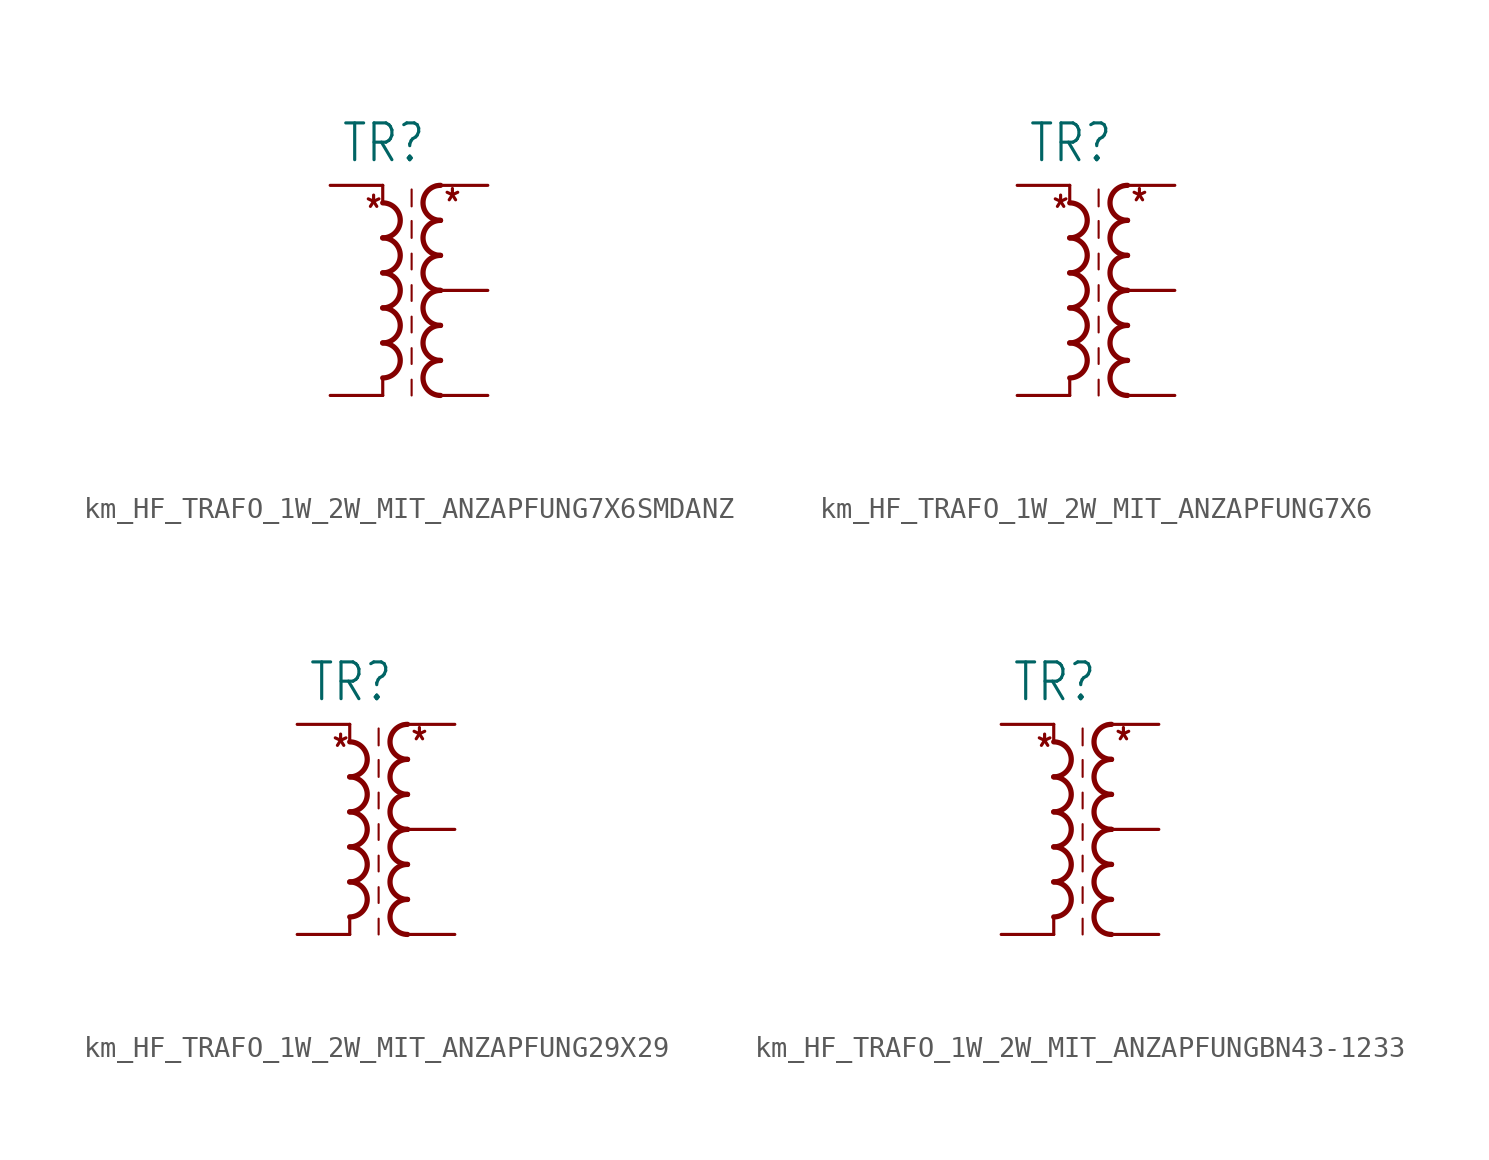
<source format=kicad_sym>
(kicad_symbol_lib
  (version 20231120)
  (generator "kicad_symbol_editor")
  (generator_version "8.0")
  (symbol "km_HF_TRAFO_1W_2W_MIT_ANZAPFUNG7X6SMDANZ"
    (property "Reference" "TR"
      (at -4.572 6.096 0)
      (effects (font (size 1.778 1.511)) (justify left bottom)))
    (property "Value" ""
      (at -4.572 -7.874 0)
      (effects (font (size 1.778 1.511)) (justify left bottom)))
    (property "ki_locked" ""
      (at 0 0 0)
      (effects (font (size 1.27 1.27))))
    (symbol "km_HF_TRAFO_1W_2W_MIT_ANZAPFUNG7X6SMDANZ_1_0"
      (arc (start -2.54 -4.2334) (mid -1.6933 -3.3867) (end -2.54 -2.54) (stroke (width 0.254) (type solid)) (fill (type none)))
      (arc (start -2.54 -2.54) (mid -1.6933 -1.6933) (end -2.54 -0.8466) (stroke (width 0.254) (type solid)) (fill (type none)))
      (arc (start -2.54 -0.8466) (mid -1.6934 0) (end -2.54 0.8466) (stroke (width 0.254) (type solid)) (fill (type none)))
      (arc (start -2.54 0.8466) (mid -1.6933 1.6933) (end -2.54 2.54) (stroke (width 0.254) (type solid)) (fill (type none)))
      (arc (start -2.54 2.54) (mid -1.6933 3.3867) (end -2.54 4.2334) (stroke (width 0.254) (type solid)) (fill (type none)))
      (polyline (pts (xy -2.54 -4.318) (xy -2.54 -5.08)) (stroke (width 0.152) (type solid)) (fill (type none)))
      (polyline (pts (xy -2.54 5.08) (xy -2.54 4.318)) (stroke (width 0.152) (type solid)) (fill (type none)))
      (polyline (pts (xy -1.143 -5.08) (xy -1.143 -4.318)) (stroke (width 0.102) (type solid)) (fill (type none)))
      (polyline (pts (xy -1.143 -3.556) (xy -1.143 -2.794)) (stroke (width 0.102) (type solid)) (fill (type none)))
      (polyline (pts (xy -1.143 -2.032) (xy -1.143 -1.27)) (stroke (width 0.102) (type solid)) (fill (type none)))
      (polyline (pts (xy -1.143 -0.508) (xy -1.143 0.254)) (stroke (width 0.102) (type solid)) (fill (type none)))
      (polyline (pts (xy -1.143 1.016) (xy -1.143 1.778)) (stroke (width 0.102) (type solid)) (fill (type none)))
      (polyline (pts (xy -1.143 2.54) (xy -1.143 3.356)) (stroke (width 0.102) (type solid)) (fill (type none)))
      (polyline (pts (xy -1.143 4.064) (xy -1.143 4.88)) (stroke (width 0.102) (type solid)) (fill (type none)))
      (arc (start 0.254 -3.3866) (mid -0.5927 -4.2333) (end 0.254 -5.08) (stroke (width 0.254) (type solid)) (fill (type none)))
      (arc (start 0.254 -1.6934) (mid -0.5926 -2.54) (end 0.254 -3.3866) (stroke (width 0.254) (type solid)) (fill (type none)))
      (arc (start 0.254 0) (mid -0.5927 -0.8467) (end 0.254 -1.6934) (stroke (width 0.254) (type solid)) (fill (type none)))
      (arc (start 0.254 1.6934) (mid -0.5927 0.8467) (end 0.254 0) (stroke (width 0.254) (type solid)) (fill (type none)))
      (arc (start 0.254 3.3866) (mid -0.5927 2.5399) (end 0.254 1.6932) (stroke (width 0.254) (type solid)) (fill (type none)))
      (arc (start 0.254 5.08) (mid -0.5927 4.2333) (end 0.254 3.3866) (stroke (width 0.254) (type solid)) (fill (type none)))
      (text "*" (at -3.493 3.175 0) (effects (font (size 1.27 1.079)) (justify left bottom)))
      (text "*" (at 0.318 3.493 0) (effects (font (size 1.27 1.079)) (justify left bottom)))
      (pin passive line (at -5.08 5.08 0) (length 2.54) (name "P1" (effects (font (size 0 0)))) (number "P1" (effects (font (size 0 0)))))
      (pin passive line (at -5.08 -5.08 0) (length 2.54) (name "P2" (effects (font (size 0 0)))) (number "P2" (effects (font (size 0 0)))))
      (pin passive line (at 2.54 5.08 180) (length 2.54) (name "S1" (effects (font (size 0 0)))) (number "S1" (effects (font (size 0 0)))))
      (pin passive line (at 2.54 -5.08 180) (length 2.54) (name "S2" (effects (font (size 0 0)))) (number "S2" (effects (font (size 0 0)))))
      (pin passive line (at 2.54 0 180) (length 2.54) (name "SM" (effects (font (size 0 0)))) (number "SM" (effects (font (size 0 0)))))))
  (symbol "km_HF_TRAFO_1W_2W_MIT_ANZAPFUNG7X6"
    (property "Reference" "TR"
      (at -4.572 6.096 0)
      (effects (font (size 1.778 1.511)) (justify left bottom)))
    (property "Value" ""
      (at -4.572 -7.874 0)
      (effects (font (size 1.778 1.511)) (justify left bottom)))
    (property "ki_locked" ""
      (at 0 0 0)
      (effects (font (size 1.27 1.27))))
    (symbol "km_HF_TRAFO_1W_2W_MIT_ANZAPFUNG7X6_1_0"
      (arc (start -2.54 -4.2334) (mid -1.6933 -3.3867) (end -2.54 -2.54) (stroke (width 0.254) (type solid)) (fill (type none)))
      (arc (start -2.54 -2.54) (mid -1.6933 -1.6933) (end -2.54 -0.8466) (stroke (width 0.254) (type solid)) (fill (type none)))
      (arc (start -2.54 -0.8466) (mid -1.6934 0) (end -2.54 0.8466) (stroke (width 0.254) (type solid)) (fill (type none)))
      (arc (start -2.54 0.8466) (mid -1.6933 1.6933) (end -2.54 2.54) (stroke (width 0.254) (type solid)) (fill (type none)))
      (arc (start -2.54 2.54) (mid -1.6933 3.3867) (end -2.54 4.2334) (stroke (width 0.254) (type solid)) (fill (type none)))
      (polyline (pts (xy -2.54 -4.318) (xy -2.54 -5.08)) (stroke (width 0.152) (type solid)) (fill (type none)))
      (polyline (pts (xy -2.54 5.08) (xy -2.54 4.318)) (stroke (width 0.152) (type solid)) (fill (type none)))
      (polyline (pts (xy -1.143 -5.08) (xy -1.143 -4.318)) (stroke (width 0.102) (type solid)) (fill (type none)))
      (polyline (pts (xy -1.143 -3.556) (xy -1.143 -2.794)) (stroke (width 0.102) (type solid)) (fill (type none)))
      (polyline (pts (xy -1.143 -2.032) (xy -1.143 -1.27)) (stroke (width 0.102) (type solid)) (fill (type none)))
      (polyline (pts (xy -1.143 -0.508) (xy -1.143 0.254)) (stroke (width 0.102) (type solid)) (fill (type none)))
      (polyline (pts (xy -1.143 1.016) (xy -1.143 1.778)) (stroke (width 0.102) (type solid)) (fill (type none)))
      (polyline (pts (xy -1.143 2.54) (xy -1.143 3.356)) (stroke (width 0.102) (type solid)) (fill (type none)))
      (polyline (pts (xy -1.143 4.064) (xy -1.143 4.88)) (stroke (width 0.102) (type solid)) (fill (type none)))
      (arc (start 0.254 -3.3866) (mid -0.5927 -4.2333) (end 0.254 -5.08) (stroke (width 0.254) (type solid)) (fill (type none)))
      (arc (start 0.254 -1.6934) (mid -0.5926 -2.54) (end 0.254 -3.3866) (stroke (width 0.254) (type solid)) (fill (type none)))
      (arc (start 0.254 0) (mid -0.5927 -0.8467) (end 0.254 -1.6934) (stroke (width 0.254) (type solid)) (fill (type none)))
      (arc (start 0.254 1.6934) (mid -0.5927 0.8467) (end 0.254 0) (stroke (width 0.254) (type solid)) (fill (type none)))
      (arc (start 0.254 3.3866) (mid -0.5927 2.5399) (end 0.254 1.6932) (stroke (width 0.254) (type solid)) (fill (type none)))
      (arc (start 0.254 5.08) (mid -0.5927 4.2333) (end 0.254 3.3866) (stroke (width 0.254) (type solid)) (fill (type none)))
      (text "*" (at -3.493 3.175 0) (effects (font (size 1.27 1.079)) (justify left bottom)))
      (text "*" (at 0.318 3.493 0) (effects (font (size 1.27 1.079)) (justify left bottom)))
      (pin passive line (at -5.08 5.08 0) (length 2.54) (name "P1" (effects (font (size 0 0)))) (number "P1" (effects (font (size 0 0)))))
      (pin passive line (at -5.08 -5.08 0) (length 2.54) (name "P2" (effects (font (size 0 0)))) (number "P2" (effects (font (size 0 0)))))
      (pin passive line (at 2.54 5.08 180) (length 2.54) (name "S1" (effects (font (size 0 0)))) (number "S1" (effects (font (size 0 0)))))
      (pin passive line (at 2.54 -5.08 180) (length 2.54) (name "S2" (effects (font (size 0 0)))) (number "S2" (effects (font (size 0 0)))))
      (pin passive line (at 2.54 0 180) (length 2.54) (name "SM" (effects (font (size 0 0)))) (number "SM" (effects (font (size 0 0)))))))
  (symbol "km_HF_TRAFO_1W_2W_MIT_ANZAPFUNG29X29"
    (property "Reference" "TR"
      (at -4.572 6.096 0)
      (effects (font (size 1.778 1.511)) (justify left bottom)))
    (property "Value" ""
      (at -4.572 -7.874 0)
      (effects (font (size 1.778 1.511)) (justify left bottom)))
    (property "ki_locked" ""
      (at 0 0 0)
      (effects (font (size 1.27 1.27))))
    (symbol "km_HF_TRAFO_1W_2W_MIT_ANZAPFUNG29X29_1_0"
      (arc (start -2.54 -4.2334) (mid -1.6933 -3.3867) (end -2.54 -2.54) (stroke (width 0.254) (type solid)) (fill (type none)))
      (arc (start -2.54 -2.54) (mid -1.6933 -1.6933) (end -2.54 -0.8466) (stroke (width 0.254) (type solid)) (fill (type none)))
      (arc (start -2.54 -0.8466) (mid -1.6934 0) (end -2.54 0.8466) (stroke (width 0.254) (type solid)) (fill (type none)))
      (arc (start -2.54 0.8466) (mid -1.6933 1.6933) (end -2.54 2.54) (stroke (width 0.254) (type solid)) (fill (type none)))
      (arc (start -2.54 2.54) (mid -1.6933 3.3867) (end -2.54 4.2334) (stroke (width 0.254) (type solid)) (fill (type none)))
      (polyline (pts (xy -2.54 -4.318) (xy -2.54 -5.08)) (stroke (width 0.152) (type solid)) (fill (type none)))
      (polyline (pts (xy -2.54 5.08) (xy -2.54 4.318)) (stroke (width 0.152) (type solid)) (fill (type none)))
      (polyline (pts (xy -1.143 -5.08) (xy -1.143 -4.318)) (stroke (width 0.102) (type solid)) (fill (type none)))
      (polyline (pts (xy -1.143 -3.556) (xy -1.143 -2.794)) (stroke (width 0.102) (type solid)) (fill (type none)))
      (polyline (pts (xy -1.143 -2.032) (xy -1.143 -1.27)) (stroke (width 0.102) (type solid)) (fill (type none)))
      (polyline (pts (xy -1.143 -0.508) (xy -1.143 0.254)) (stroke (width 0.102) (type solid)) (fill (type none)))
      (polyline (pts (xy -1.143 1.016) (xy -1.143 1.778)) (stroke (width 0.102) (type solid)) (fill (type none)))
      (polyline (pts (xy -1.143 2.54) (xy -1.143 3.356)) (stroke (width 0.102) (type solid)) (fill (type none)))
      (polyline (pts (xy -1.143 4.064) (xy -1.143 4.88)) (stroke (width 0.102) (type solid)) (fill (type none)))
      (arc (start 0.254 -3.3866) (mid -0.5927 -4.2333) (end 0.254 -5.08) (stroke (width 0.254) (type solid)) (fill (type none)))
      (arc (start 0.254 -1.6934) (mid -0.5926 -2.54) (end 0.254 -3.3866) (stroke (width 0.254) (type solid)) (fill (type none)))
      (arc (start 0.254 0) (mid -0.5927 -0.8467) (end 0.254 -1.6934) (stroke (width 0.254) (type solid)) (fill (type none)))
      (arc (start 0.254 1.6934) (mid -0.5927 0.8467) (end 0.254 0) (stroke (width 0.254) (type solid)) (fill (type none)))
      (arc (start 0.254 3.3866) (mid -0.5927 2.5399) (end 0.254 1.6932) (stroke (width 0.254) (type solid)) (fill (type none)))
      (arc (start 0.254 5.08) (mid -0.5927 4.2333) (end 0.254 3.3866) (stroke (width 0.254) (type solid)) (fill (type none)))
      (text "*" (at -3.493 3.175 0) (effects (font (size 1.27 1.079)) (justify left bottom)))
      (text "*" (at 0.318 3.493 0) (effects (font (size 1.27 1.079)) (justify left bottom)))
      (pin passive line (at -5.08 5.08 0) (length 2.54) (name "P1" (effects (font (size 0 0)))) (number "P1" (effects (font (size 0 0)))))
      (pin passive line (at -5.08 -5.08 0) (length 2.54) (name "P2" (effects (font (size 0 0)))) (number "P2" (effects (font (size 0 0)))))
      (pin passive line (at 2.54 5.08 180) (length 2.54) (name "S1" (effects (font (size 0 0)))) (number "S1" (effects (font (size 0 0)))))
      (pin passive line (at 2.54 -5.08 180) (length 2.54) (name "S2" (effects (font (size 0 0)))) (number "S2" (effects (font (size 0 0)))))
      (pin passive line (at 2.54 0 180) (length 2.54) (name "SM" (effects (font (size 0 0)))) (number "SM" (effects (font (size 0 0)))))))
  (symbol "km_HF_TRAFO_1W_2W_MIT_ANZAPFUNGBN43-1233"
    (property "Reference" "TR"
      (at -4.572 6.096 0)
      (effects (font (size 1.778 1.511)) (justify left bottom)))
    (property "Value" ""
      (at -4.572 -7.874 0)
      (effects (font (size 1.778 1.511)) (justify left bottom)))
    (property "ki_locked" ""
      (at 0 0 0)
      (effects (font (size 1.27 1.27))))
    (symbol "km_HF_TRAFO_1W_2W_MIT_ANZAPFUNGBN43-1233_1_0"
      (arc (start -2.54 -4.2334) (mid -1.6933 -3.3867) (end -2.54 -2.54) (stroke (width 0.254) (type solid)) (fill (type none)))
      (arc (start -2.54 -2.54) (mid -1.6933 -1.6933) (end -2.54 -0.8466) (stroke (width 0.254) (type solid)) (fill (type none)))
      (arc (start -2.54 -0.8466) (mid -1.6934 0) (end -2.54 0.8466) (stroke (width 0.254) (type solid)) (fill (type none)))
      (arc (start -2.54 0.8466) (mid -1.6933 1.6933) (end -2.54 2.54) (stroke (width 0.254) (type solid)) (fill (type none)))
      (arc (start -2.54 2.54) (mid -1.6933 3.3867) (end -2.54 4.2334) (stroke (width 0.254) (type solid)) (fill (type none)))
      (polyline (pts (xy -2.54 -4.318) (xy -2.54 -5.08)) (stroke (width 0.152) (type solid)) (fill (type none)))
      (polyline (pts (xy -2.54 5.08) (xy -2.54 4.318)) (stroke (width 0.152) (type solid)) (fill (type none)))
      (polyline (pts (xy -1.143 -5.08) (xy -1.143 -4.318)) (stroke (width 0.102) (type solid)) (fill (type none)))
      (polyline (pts (xy -1.143 -3.556) (xy -1.143 -2.794)) (stroke (width 0.102) (type solid)) (fill (type none)))
      (polyline (pts (xy -1.143 -2.032) (xy -1.143 -1.27)) (stroke (width 0.102) (type solid)) (fill (type none)))
      (polyline (pts (xy -1.143 -0.508) (xy -1.143 0.254)) (stroke (width 0.102) (type solid)) (fill (type none)))
      (polyline (pts (xy -1.143 1.016) (xy -1.143 1.778)) (stroke (width 0.102) (type solid)) (fill (type none)))
      (polyline (pts (xy -1.143 2.54) (xy -1.143 3.356)) (stroke (width 0.102) (type solid)) (fill (type none)))
      (polyline (pts (xy -1.143 4.064) (xy -1.143 4.88)) (stroke (width 0.102) (type solid)) (fill (type none)))
      (arc (start 0.254 -3.3866) (mid -0.5927 -4.2333) (end 0.254 -5.08) (stroke (width 0.254) (type solid)) (fill (type none)))
      (arc (start 0.254 -1.6934) (mid -0.5926 -2.54) (end 0.254 -3.3866) (stroke (width 0.254) (type solid)) (fill (type none)))
      (arc (start 0.254 0) (mid -0.5927 -0.8467) (end 0.254 -1.6934) (stroke (width 0.254) (type solid)) (fill (type none)))
      (arc (start 0.254 1.6934) (mid -0.5927 0.8467) (end 0.254 0) (stroke (width 0.254) (type solid)) (fill (type none)))
      (arc (start 0.254 3.3866) (mid -0.5927 2.5399) (end 0.254 1.6932) (stroke (width 0.254) (type solid)) (fill (type none)))
      (arc (start 0.254 5.08) (mid -0.5927 4.2333) (end 0.254 3.3866) (stroke (width 0.254) (type solid)) (fill (type none)))
      (text "*" (at -3.493 3.175 0) (effects (font (size 1.27 1.079)) (justify left bottom)))
      (text "*" (at 0.318 3.493 0) (effects (font (size 1.27 1.079)) (justify left bottom)))
      (pin passive line (at -5.08 5.08 0) (length 2.54) (name "P1" (effects (font (size 0 0)))) (number "P1" (effects (font (size 0 0)))))
      (pin passive line (at -5.08 -5.08 0) (length 2.54) (name "P2" (effects (font (size 0 0)))) (number "P2" (effects (font (size 0 0)))))
      (pin passive line (at 2.54 5.08 180) (length 2.54) (name "S1" (effects (font (size 0 0)))) (number "S1" (effects (font (size 0 0)))))
      (pin passive line (at 2.54 -5.08 180) (length 2.54) (name "S2" (effects (font (size 0 0)))) (number "S2" (effects (font (size 0 0)))))
      (pin passive line (at 2.54 0 180) (length 2.54) (name "SM" (effects (font (size 0 0)))) (number "SM" (effects (font (size 0 0))))))))
</source>
